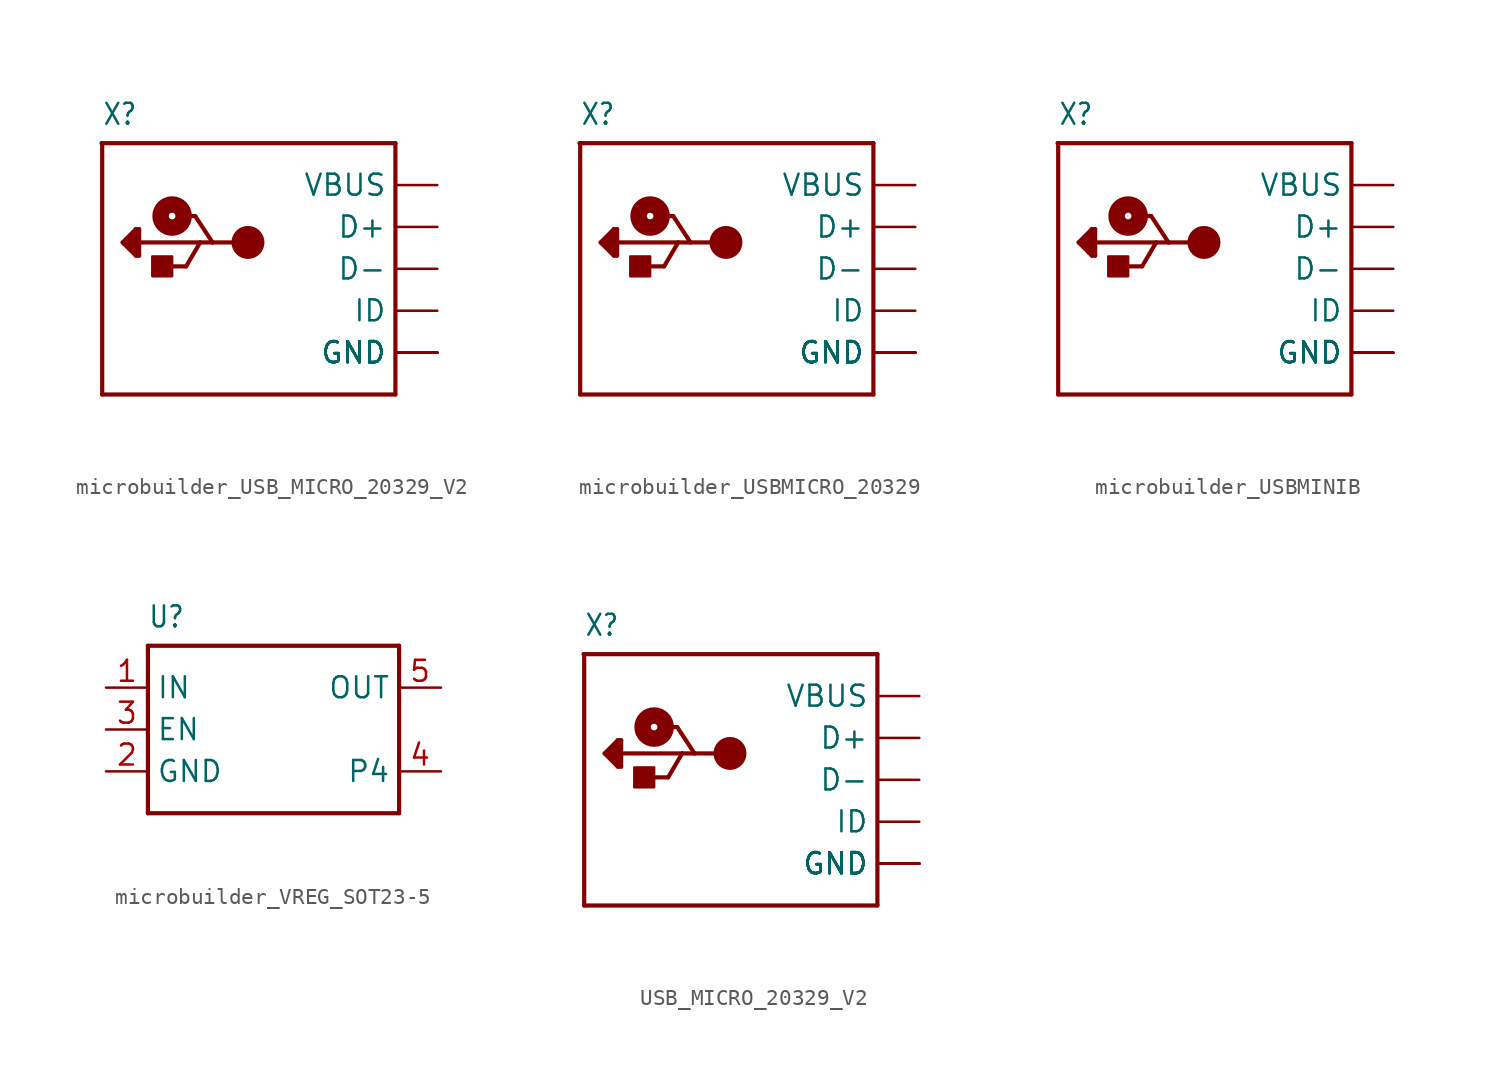
<source format=kicad_sym>
(kicad_symbol_lib
  (version 20231120)
  (generator "kicad_symbol_editor")
  (generator_version "8.0")
  (symbol "microbuilder_USB_MICRO_20329_V2"
    (property "Reference" "X"
      (at -10.16 8.636 0)
      (effects (font (size 1.27 1.079)) (justify left bottom)))
    (property "Value" ""
      (at -10.16 -10.16 0)
      (effects (font (size 1.27 1.079)) (justify left bottom)))
    (property "ki_locked" ""
      (at 0 0 0)
      (effects (font (size 1.27 1.27))))
    (symbol "microbuilder_USB_MICRO_20329_V2_1_0"
      (rectangle (start -7.12 -0.45) (end -5.92 0.75) (stroke (width 0) (type default)) (fill (type outline)))
      (circle (center -5.92 3.2) (radius 0.2) (stroke (width 1) (type solid)) (fill (type none)))
      (circle (center -1.32 1.6) (radius 0.5) (stroke (width 1) (type solid)) (fill (type none)))
      (polyline (pts (xy -10.2 7.62) (xy -10.16 7.62)) (stroke (width 0.254) (type solid)) (fill (type none)))
      (polyline (pts (xy -10.16 -7.62) (xy 7.62 -7.62)) (stroke (width 0.254) (type solid)) (fill (type none)))
      (polyline (pts (xy -10.16 7.62) (xy -10.16 -7.62)) (stroke (width 0.254) (type solid)) (fill (type none)))
      (polyline (pts (xy -10.16 7.62) (xy 7.62 7.62)) (stroke (width 0.254) (type solid)) (fill (type none)))
      (polyline (pts (xy -8.92 1.6) (xy -8.12 2.4)) (stroke (width 0.254) (type solid)) (fill (type none)))
      (polyline (pts (xy -8.52 1.4) (xy -8.32 1.2)) (stroke (width 0.254) (type solid)) (fill (type none)))
      (polyline (pts (xy -8.52 1.6) (xy -8.52 1.4)) (stroke (width 0.254) (type solid)) (fill (type none)))
      (polyline (pts (xy -8.32 1.2) (xy -8.32 2)) (stroke (width 0.254) (type solid)) (fill (type none)))
      (polyline (pts (xy -8.32 2) (xy -8.72 1.6)) (stroke (width 0.254) (type solid)) (fill (type none)))
      (polyline (pts (xy -8.12 0.8) (xy -8.92 1.6)) (stroke (width 0.254) (type solid)) (fill (type none)))
      (polyline (pts (xy -8.12 1) (xy -8.12 2.4)) (stroke (width 0.254) (type solid)) (fill (type none)))
      (polyline (pts (xy -8.12 2.4) (xy -7.92 2.4)) (stroke (width 0.254) (type solid)) (fill (type none)))
      (polyline (pts (xy -7.92 0.8) (xy -8.12 0.8)) (stroke (width 0.254) (type solid)) (fill (type none)))
      (polyline (pts (xy -7.92 1.6) (xy -7.92 0.8)) (stroke (width 0.254) (type solid)) (fill (type none)))
      (polyline (pts (xy -7.92 2.4) (xy -7.92 1.6)) (stroke (width 0.254) (type solid)) (fill (type none)))
      (polyline (pts (xy -6.27 0.15) (xy -5.07 0.15)) (stroke (width 0.254) (type solid)) (fill (type none)))
      (polyline (pts (xy -5.52 3.2) (xy -4.52 3.2)) (stroke (width 0.254) (type solid)) (fill (type none)))
      (polyline (pts (xy -5.07 0.15) (xy -4.22 1.6)) (stroke (width 0.254) (type solid)) (fill (type none)))
      (polyline (pts (xy -4.52 3.2) (xy -3.47 1.6)) (stroke (width 0.254) (type solid)) (fill (type none)))
      (polyline (pts (xy -4.22 1.6) (xy -7.92 1.6)) (stroke (width 0.254) (type solid)) (fill (type none)))
      (polyline (pts (xy -3.47 1.6) (xy -4.22 1.6)) (stroke (width 0.254) (type solid)) (fill (type none)))
      (polyline (pts (xy -1.32 1.6) (xy -3.47 1.6)) (stroke (width 0.254) (type solid)) (fill (type none)))
      (polyline (pts (xy 7.62 7.62) (xy 7.62 -7.62)) (stroke (width 0.254) (type solid)) (fill (type none)))
      (pin power_in line (at 10.16 -5.08 180) (length 2.54) (name "GND" (effects (font (size 1.27 1.27)))) (number "BASE@1" (effects (font (size 0 0)))))
      (pin power_in line (at 10.16 -5.08 180) (length 2.54) (name "GND" (effects (font (size 1.27 1.27)))) (number "BASE@2" (effects (font (size 0 0)))))
      (pin bidirectional line (at 10.16 2.54 180) (length 2.54) (name "D+" (effects (font (size 1.27 1.27)))) (number "D+" (effects (font (size 0 0)))))
      (pin bidirectional line (at 10.16 0 180) (length 2.54) (name "D-" (effects (font (size 1.27 1.27)))) (number "D-" (effects (font (size 0 0)))))
      (pin power_in line (at 10.16 -5.08 180) (length 2.54) (name "GND" (effects (font (size 1.27 1.27)))) (number "GND" (effects (font (size 0 0)))))
      (pin bidirectional line (at 10.16 -2.54 180) (length 2.54) (name "ID" (effects (font (size 1.27 1.27)))) (number "ID" (effects (font (size 0 0)))))
      (pin power_in line (at 10.16 -5.08 180) (length 2.54) (name "GND" (effects (font (size 1.27 1.27)))) (number "SPRT@1" (effects (font (size 0 0)))))
      (pin power_in line (at 10.16 -5.08 180) (length 2.54) (name "GND" (effects (font (size 1.27 1.27)))) (number "SPRT@2" (effects (font (size 0 0)))))
      (pin power_in line (at 10.16 -5.08 180) (length 2.54) (name "GND" (effects (font (size 1.27 1.27)))) (number "SPRT@3" (effects (font (size 0 0)))))
      (pin power_in line (at 10.16 -5.08 180) (length 2.54) (name "GND" (effects (font (size 1.27 1.27)))) (number "SPRT@4" (effects (font (size 0 0)))))
      (pin power_in line (at 10.16 5.08 180) (length 2.54) (name "VBUS" (effects (font (size 1.27 1.27)))) (number "VBUS" (effects (font (size 0 0)))))))
  (symbol "microbuilder_USBMICRO_20329"
    (property "Reference" "X"
      (at -10.16 8.636 0)
      (effects (font (size 1.27 1.079)) (justify left bottom)))
    (property "Value" ""
      (at -10.16 -10.16 0)
      (effects (font (size 1.27 1.079)) (justify left bottom)))
    (property "ki_locked" ""
      (at 0 0 0)
      (effects (font (size 1.27 1.27))))
    (symbol "microbuilder_USBMICRO_20329_1_0"
      (rectangle (start -7.12 -0.45) (end -5.92 0.75) (stroke (width 0) (type default)) (fill (type outline)))
      (circle (center -5.92 3.2) (radius 0.2) (stroke (width 1) (type solid)) (fill (type none)))
      (circle (center -1.32 1.6) (radius 0.5) (stroke (width 1) (type solid)) (fill (type none)))
      (polyline (pts (xy -10.2 7.62) (xy -10.16 7.62)) (stroke (width 0.254) (type solid)) (fill (type none)))
      (polyline (pts (xy -10.16 -7.62) (xy 7.62 -7.62)) (stroke (width 0.254) (type solid)) (fill (type none)))
      (polyline (pts (xy -10.16 7.62) (xy -10.16 -7.62)) (stroke (width 0.254) (type solid)) (fill (type none)))
      (polyline (pts (xy -10.16 7.62) (xy 7.62 7.62)) (stroke (width 0.254) (type solid)) (fill (type none)))
      (polyline (pts (xy -8.92 1.6) (xy -8.12 2.4)) (stroke (width 0.254) (type solid)) (fill (type none)))
      (polyline (pts (xy -8.52 1.4) (xy -8.32 1.2)) (stroke (width 0.254) (type solid)) (fill (type none)))
      (polyline (pts (xy -8.52 1.6) (xy -8.52 1.4)) (stroke (width 0.254) (type solid)) (fill (type none)))
      (polyline (pts (xy -8.32 1.2) (xy -8.32 2)) (stroke (width 0.254) (type solid)) (fill (type none)))
      (polyline (pts (xy -8.32 2) (xy -8.72 1.6)) (stroke (width 0.254) (type solid)) (fill (type none)))
      (polyline (pts (xy -8.12 0.8) (xy -8.92 1.6)) (stroke (width 0.254) (type solid)) (fill (type none)))
      (polyline (pts (xy -8.12 1) (xy -8.12 2.4)) (stroke (width 0.254) (type solid)) (fill (type none)))
      (polyline (pts (xy -8.12 2.4) (xy -7.92 2.4)) (stroke (width 0.254) (type solid)) (fill (type none)))
      (polyline (pts (xy -7.92 0.8) (xy -8.12 0.8)) (stroke (width 0.254) (type solid)) (fill (type none)))
      (polyline (pts (xy -7.92 1.6) (xy -7.92 0.8)) (stroke (width 0.254) (type solid)) (fill (type none)))
      (polyline (pts (xy -7.92 2.4) (xy -7.92 1.6)) (stroke (width 0.254) (type solid)) (fill (type none)))
      (polyline (pts (xy -6.27 0.15) (xy -5.07 0.15)) (stroke (width 0.254) (type solid)) (fill (type none)))
      (polyline (pts (xy -5.52 3.2) (xy -4.52 3.2)) (stroke (width 0.254) (type solid)) (fill (type none)))
      (polyline (pts (xy -5.07 0.15) (xy -4.22 1.6)) (stroke (width 0.254) (type solid)) (fill (type none)))
      (polyline (pts (xy -4.52 3.2) (xy -3.47 1.6)) (stroke (width 0.254) (type solid)) (fill (type none)))
      (polyline (pts (xy -4.22 1.6) (xy -7.92 1.6)) (stroke (width 0.254) (type solid)) (fill (type none)))
      (polyline (pts (xy -3.47 1.6) (xy -4.22 1.6)) (stroke (width 0.254) (type solid)) (fill (type none)))
      (polyline (pts (xy -1.32 1.6) (xy -3.47 1.6)) (stroke (width 0.254) (type solid)) (fill (type none)))
      (polyline (pts (xy 7.62 7.62) (xy 7.62 -7.62)) (stroke (width 0.254) (type solid)) (fill (type none)))
      (pin power_in line (at 10.16 -5.08 180) (length 2.54) (name "GND" (effects (font (size 1.27 1.27)))) (number "BASE@1" (effects (font (size 0 0)))))
      (pin power_in line (at 10.16 -5.08 180) (length 2.54) (name "GND" (effects (font (size 1.27 1.27)))) (number "BASE@2" (effects (font (size 0 0)))))
      (pin bidirectional line (at 10.16 2.54 180) (length 2.54) (name "D+" (effects (font (size 1.27 1.27)))) (number "D+" (effects (font (size 0 0)))))
      (pin bidirectional line (at 10.16 0 180) (length 2.54) (name "D-" (effects (font (size 1.27 1.27)))) (number "D-" (effects (font (size 0 0)))))
      (pin power_in line (at 10.16 -5.08 180) (length 2.54) (name "GND" (effects (font (size 1.27 1.27)))) (number "GND" (effects (font (size 0 0)))))
      (pin bidirectional line (at 10.16 -2.54 180) (length 2.54) (name "ID" (effects (font (size 1.27 1.27)))) (number "ID" (effects (font (size 0 0)))))
      (pin power_in line (at 10.16 -5.08 180) (length 2.54) (name "GND" (effects (font (size 1.27 1.27)))) (number "SPRT@1" (effects (font (size 0 0)))))
      (pin power_in line (at 10.16 -5.08 180) (length 2.54) (name "GND" (effects (font (size 1.27 1.27)))) (number "SPRT@2" (effects (font (size 0 0)))))
      (pin power_in line (at 10.16 -5.08 180) (length 2.54) (name "GND" (effects (font (size 1.27 1.27)))) (number "SPRT@3" (effects (font (size 0 0)))))
      (pin power_in line (at 10.16 -5.08 180) (length 2.54) (name "GND" (effects (font (size 1.27 1.27)))) (number "SPRT@4" (effects (font (size 0 0)))))
      (pin power_in line (at 10.16 5.08 180) (length 2.54) (name "VBUS" (effects (font (size 1.27 1.27)))) (number "VBUS" (effects (font (size 0 0)))))))
  (symbol "microbuilder_USBMINIB"
    (property "Reference" "X"
      (at -10.16 8.636 0)
      (effects (font (size 1.27 1.079)) (justify left bottom)))
    (property "Value" ""
      (at -10.16 -10.16 0)
      (effects (font (size 1.27 1.079)) (justify left bottom)))
    (property "ki_locked" ""
      (at 0 0 0)
      (effects (font (size 1.27 1.27))))
    (symbol "microbuilder_USBMINIB_1_0"
      (rectangle (start -7.12 -0.45) (end -5.92 0.75) (stroke (width 0) (type default)) (fill (type outline)))
      (circle (center -5.92 3.2) (radius 0.2) (stroke (width 1) (type solid)) (fill (type none)))
      (circle (center -1.32 1.6) (radius 0.5) (stroke (width 1) (type solid)) (fill (type none)))
      (polyline (pts (xy -10.2 7.62) (xy -10.16 7.62)) (stroke (width 0.254) (type solid)) (fill (type none)))
      (polyline (pts (xy -10.16 -7.62) (xy 7.62 -7.62)) (stroke (width 0.254) (type solid)) (fill (type none)))
      (polyline (pts (xy -10.16 7.62) (xy -10.16 -7.62)) (stroke (width 0.254) (type solid)) (fill (type none)))
      (polyline (pts (xy -10.16 7.62) (xy 7.62 7.62)) (stroke (width 0.254) (type solid)) (fill (type none)))
      (polyline (pts (xy -8.92 1.6) (xy -8.12 2.4)) (stroke (width 0.254) (type solid)) (fill (type none)))
      (polyline (pts (xy -8.52 1.4) (xy -8.32 1.2)) (stroke (width 0.254) (type solid)) (fill (type none)))
      (polyline (pts (xy -8.52 1.6) (xy -8.52 1.4)) (stroke (width 0.254) (type solid)) (fill (type none)))
      (polyline (pts (xy -8.32 1.2) (xy -8.32 2)) (stroke (width 0.254) (type solid)) (fill (type none)))
      (polyline (pts (xy -8.32 2) (xy -8.72 1.6)) (stroke (width 0.254) (type solid)) (fill (type none)))
      (polyline (pts (xy -8.12 0.8) (xy -8.92 1.6)) (stroke (width 0.254) (type solid)) (fill (type none)))
      (polyline (pts (xy -8.12 1) (xy -8.12 2.4)) (stroke (width 0.254) (type solid)) (fill (type none)))
      (polyline (pts (xy -8.12 2.4) (xy -7.92 2.4)) (stroke (width 0.254) (type solid)) (fill (type none)))
      (polyline (pts (xy -7.92 0.8) (xy -8.12 0.8)) (stroke (width 0.254) (type solid)) (fill (type none)))
      (polyline (pts (xy -7.92 1.6) (xy -7.92 0.8)) (stroke (width 0.254) (type solid)) (fill (type none)))
      (polyline (pts (xy -7.92 2.4) (xy -7.92 1.6)) (stroke (width 0.254) (type solid)) (fill (type none)))
      (polyline (pts (xy -6.27 0.15) (xy -5.07 0.15)) (stroke (width 0.254) (type solid)) (fill (type none)))
      (polyline (pts (xy -5.52 3.2) (xy -4.52 3.2)) (stroke (width 0.254) (type solid)) (fill (type none)))
      (polyline (pts (xy -5.07 0.15) (xy -4.22 1.6)) (stroke (width 0.254) (type solid)) (fill (type none)))
      (polyline (pts (xy -4.52 3.2) (xy -3.47 1.6)) (stroke (width 0.254) (type solid)) (fill (type none)))
      (polyline (pts (xy -4.22 1.6) (xy -7.92 1.6)) (stroke (width 0.254) (type solid)) (fill (type none)))
      (polyline (pts (xy -3.47 1.6) (xy -4.22 1.6)) (stroke (width 0.254) (type solid)) (fill (type none)))
      (polyline (pts (xy -1.32 1.6) (xy -3.47 1.6)) (stroke (width 0.254) (type solid)) (fill (type none)))
      (polyline (pts (xy 7.62 7.62) (xy 7.62 -7.62)) (stroke (width 0.254) (type solid)) (fill (type none)))
      (pin bidirectional line (at 10.16 2.54 180) (length 2.54) (name "D+" (effects (font (size 1.27 1.27)))) (number "D+" (effects (font (size 0 0)))))
      (pin bidirectional line (at 10.16 0 180) (length 2.54) (name "D-" (effects (font (size 1.27 1.27)))) (number "D-" (effects (font (size 0 0)))))
      (pin power_in line (at 10.16 -5.08 180) (length 2.54) (name "GND" (effects (font (size 1.27 1.27)))) (number "GND" (effects (font (size 0 0)))))
      (pin power_in line (at 10.16 -5.08 180) (length 2.54) (name "GND" (effects (font (size 1.27 1.27)))) (number "GND1" (effects (font (size 0 0)))))
      (pin power_in line (at 10.16 -5.08 180) (length 2.54) (name "GND" (effects (font (size 1.27 1.27)))) (number "GND2" (effects (font (size 0 0)))))
      (pin power_in line (at 10.16 -5.08 180) (length 2.54) (name "GND" (effects (font (size 1.27 1.27)))) (number "GND3" (effects (font (size 0 0)))))
      (pin power_in line (at 10.16 -5.08 180) (length 2.54) (name "GND" (effects (font (size 1.27 1.27)))) (number "GND4" (effects (font (size 0 0)))))
      (pin bidirectional line (at 10.16 -2.54 180) (length 2.54) (name "ID" (effects (font (size 1.27 1.27)))) (number "ID" (effects (font (size 0 0)))))
      (pin power_in line (at 10.16 5.08 180) (length 2.54) (name "VBUS" (effects (font (size 1.27 1.27)))) (number "VBUS" (effects (font (size 0 0)))))))
  (symbol "microbuilder_VREG_SOT23-5"
    (property "Reference" "U"
      (at -7.62 6.096 0)
      (effects (font (size 1.27 1.079)) (justify left bottom)))
    (property "Value" ""
      (at -7.62 -7.62 0)
      (effects (font (size 1.27 1.079)) (justify left bottom)))
    (property "ki_locked" ""
      (at 0 0 0)
      (effects (font (size 1.27 1.27))))
    (symbol "microbuilder_VREG_SOT23-5_1_0"
      (polyline (pts (xy -7.62 -5.08) (xy -7.62 5.08)) (stroke (width 0.254) (type solid)) (fill (type none)))
      (polyline (pts (xy -7.62 5.08) (xy 7.62 5.08)) (stroke (width 0.254) (type solid)) (fill (type none)))
      (polyline (pts (xy 7.62 -5.08) (xy -7.62 -5.08)) (stroke (width 0.254) (type solid)) (fill (type none)))
      (polyline (pts (xy 7.62 5.08) (xy 7.62 -5.08)) (stroke (width 0.254) (type solid)) (fill (type none)))
      (pin power_in line (at -10.16 2.54 0) (length 2.54) (name "IN" (effects (font (size 1.27 1.27)))) (number "1" (effects (font (size 1.27 1.27)))))
      (pin power_in line (at -10.16 -2.54 0) (length 2.54) (name "GND" (effects (font (size 1.27 1.27)))) (number "2" (effects (font (size 1.27 1.27)))))
      (pin input line (at -10.16 0 0) (length 2.54) (name "EN" (effects (font (size 1.27 1.27)))) (number "3" (effects (font (size 1.27 1.27)))))
      (pin bidirectional line (at 10.16 -2.54 180) (length 2.54) (name "P4" (effects (font (size 1.27 1.27)))) (number "4" (effects (font (size 1.27 1.27)))))
      (pin power_in line (at 10.16 2.54 180) (length 2.54) (name "OUT" (effects (font (size 1.27 1.27)))) (number "5" (effects (font (size 1.27 1.27)))))))
  (symbol "USB_MICRO_20329_V2"
    (property "Reference" "X"
      (at -10.16 8.636 0)
      (effects (font (size 1.27 1.079)) (justify left bottom)))
    (property "Value" ""
      (at -10.16 -10.16 0)
      (effects (font (size 1.27 1.079)) (justify left bottom)))
    (property "ki_locked" ""
      (at 0 0 0)
      (effects (font (size 1.27 1.27))))
    (symbol "USB_MICRO_20329_V2_1_0"
      (rectangle (start -7.12 -0.45) (end -5.92 0.75) (stroke (width 0) (type default)) (fill (type outline)))
      (circle (center -5.92 3.2) (radius 0.2) (stroke (width 1) (type solid)) (fill (type none)))
      (circle (center -1.32 1.6) (radius 0.5) (stroke (width 1) (type solid)) (fill (type none)))
      (polyline (pts (xy -10.2 7.62) (xy -10.16 7.62)) (stroke (width 0.254) (type solid)) (fill (type none)))
      (polyline (pts (xy -10.16 -7.62) (xy 7.62 -7.62)) (stroke (width 0.254) (type solid)) (fill (type none)))
      (polyline (pts (xy -10.16 7.62) (xy -10.16 -7.62)) (stroke (width 0.254) (type solid)) (fill (type none)))
      (polyline (pts (xy -10.16 7.62) (xy 7.62 7.62)) (stroke (width 0.254) (type solid)) (fill (type none)))
      (polyline (pts (xy -8.92 1.6) (xy -8.12 2.4)) (stroke (width 0.254) (type solid)) (fill (type none)))
      (polyline (pts (xy -8.52 1.4) (xy -8.32 1.2)) (stroke (width 0.254) (type solid)) (fill (type none)))
      (polyline (pts (xy -8.52 1.6) (xy -8.52 1.4)) (stroke (width 0.254) (type solid)) (fill (type none)))
      (polyline (pts (xy -8.32 1.2) (xy -8.32 2)) (stroke (width 0.254) (type solid)) (fill (type none)))
      (polyline (pts (xy -8.32 2) (xy -8.72 1.6)) (stroke (width 0.254) (type solid)) (fill (type none)))
      (polyline (pts (xy -8.12 0.8) (xy -8.92 1.6)) (stroke (width 0.254) (type solid)) (fill (type none)))
      (polyline (pts (xy -8.12 1) (xy -8.12 2.4)) (stroke (width 0.254) (type solid)) (fill (type none)))
      (polyline (pts (xy -8.12 2.4) (xy -7.92 2.4)) (stroke (width 0.254) (type solid)) (fill (type none)))
      (polyline (pts (xy -7.92 0.8) (xy -8.12 0.8)) (stroke (width 0.254) (type solid)) (fill (type none)))
      (polyline (pts (xy -7.92 1.6) (xy -7.92 0.8)) (stroke (width 0.254) (type solid)) (fill (type none)))
      (polyline (pts (xy -7.92 2.4) (xy -7.92 1.6)) (stroke (width 0.254) (type solid)) (fill (type none)))
      (polyline (pts (xy -6.27 0.15) (xy -5.07 0.15)) (stroke (width 0.254) (type solid)) (fill (type none)))
      (polyline (pts (xy -5.52 3.2) (xy -4.52 3.2)) (stroke (width 0.254) (type solid)) (fill (type none)))
      (polyline (pts (xy -5.07 0.15) (xy -4.22 1.6)) (stroke (width 0.254) (type solid)) (fill (type none)))
      (polyline (pts (xy -4.52 3.2) (xy -3.47 1.6)) (stroke (width 0.254) (type solid)) (fill (type none)))
      (polyline (pts (xy -4.22 1.6) (xy -7.92 1.6)) (stroke (width 0.254) (type solid)) (fill (type none)))
      (polyline (pts (xy -3.47 1.6) (xy -4.22 1.6)) (stroke (width 0.254) (type solid)) (fill (type none)))
      (polyline (pts (xy -1.32 1.6) (xy -3.47 1.6)) (stroke (width 0.254) (type solid)) (fill (type none)))
      (polyline (pts (xy 7.62 7.62) (xy 7.62 -7.62)) (stroke (width 0.254) (type solid)) (fill (type none)))
      (pin power_in line (at 10.16 -5.08 180) (length 2.54) (name "GND" (effects (font (size 1.27 1.27)))) (number "BASE@1" (effects (font (size 0 0)))))
      (pin power_in line (at 10.16 -5.08 180) (length 2.54) (name "GND" (effects (font (size 1.27 1.27)))) (number "BASE@2" (effects (font (size 0 0)))))
      (pin bidirectional line (at 10.16 2.54 180) (length 2.54) (name "D+" (effects (font (size 1.27 1.27)))) (number "D+" (effects (font (size 0 0)))))
      (pin bidirectional line (at 10.16 0 180) (length 2.54) (name "D-" (effects (font (size 1.27 1.27)))) (number "D-" (effects (font (size 0 0)))))
      (pin power_in line (at 10.16 -5.08 180) (length 2.54) (name "GND" (effects (font (size 1.27 1.27)))) (number "GND" (effects (font (size 0 0)))))
      (pin bidirectional line (at 10.16 -2.54 180) (length 2.54) (name "ID" (effects (font (size 1.27 1.27)))) (number "ID" (effects (font (size 0 0)))))
      (pin power_in line (at 10.16 -5.08 180) (length 2.54) (name "GND" (effects (font (size 1.27 1.27)))) (number "SPRT@1" (effects (font (size 0 0)))))
      (pin power_in line (at 10.16 -5.08 180) (length 2.54) (name "GND" (effects (font (size 1.27 1.27)))) (number "SPRT@2" (effects (font (size 0 0)))))
      (pin power_in line (at 10.16 -5.08 180) (length 2.54) (name "GND" (effects (font (size 1.27 1.27)))) (number "SPRT@3" (effects (font (size 0 0)))))
      (pin power_in line (at 10.16 -5.08 180) (length 2.54) (name "GND" (effects (font (size 1.27 1.27)))) (number "SPRT@4" (effects (font (size 0 0)))))
      (pin power_in line (at 10.16 5.08 180) (length 2.54) (name "VBUS" (effects (font (size 1.27 1.27)))) (number "VBUS" (effects (font (size 0 0))))))))
</source>
